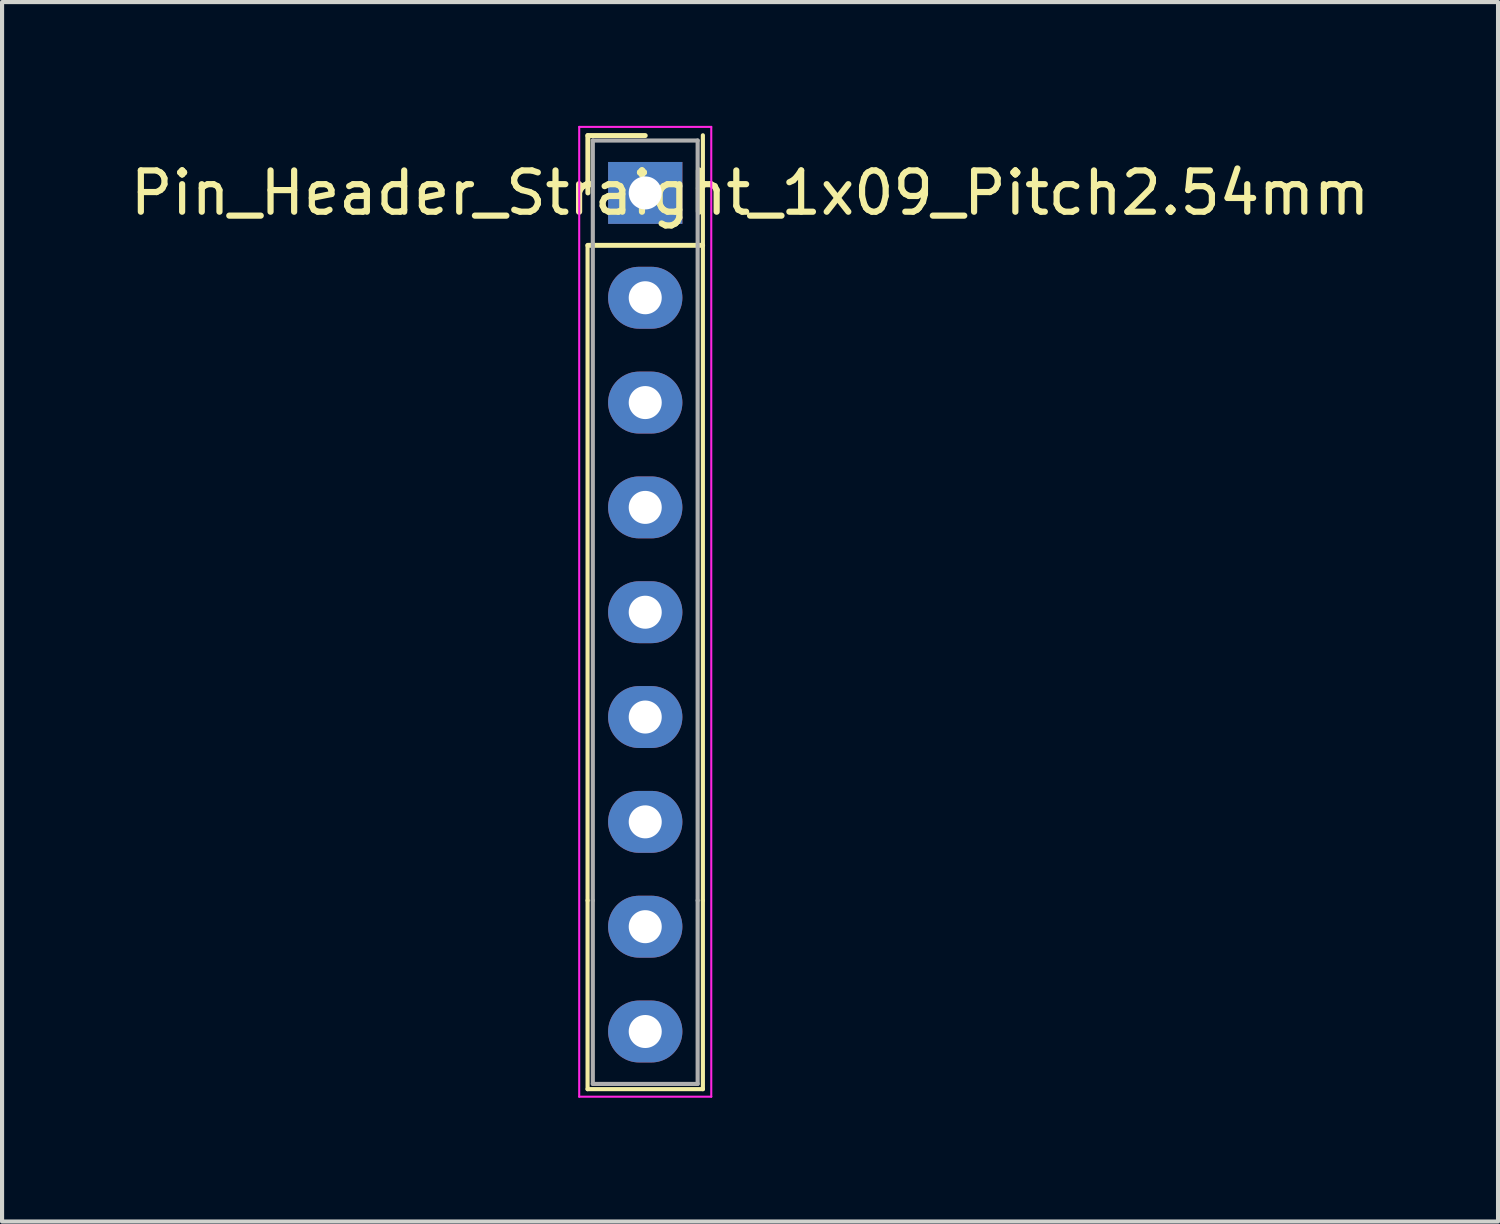
<source format=kicad_pcb>
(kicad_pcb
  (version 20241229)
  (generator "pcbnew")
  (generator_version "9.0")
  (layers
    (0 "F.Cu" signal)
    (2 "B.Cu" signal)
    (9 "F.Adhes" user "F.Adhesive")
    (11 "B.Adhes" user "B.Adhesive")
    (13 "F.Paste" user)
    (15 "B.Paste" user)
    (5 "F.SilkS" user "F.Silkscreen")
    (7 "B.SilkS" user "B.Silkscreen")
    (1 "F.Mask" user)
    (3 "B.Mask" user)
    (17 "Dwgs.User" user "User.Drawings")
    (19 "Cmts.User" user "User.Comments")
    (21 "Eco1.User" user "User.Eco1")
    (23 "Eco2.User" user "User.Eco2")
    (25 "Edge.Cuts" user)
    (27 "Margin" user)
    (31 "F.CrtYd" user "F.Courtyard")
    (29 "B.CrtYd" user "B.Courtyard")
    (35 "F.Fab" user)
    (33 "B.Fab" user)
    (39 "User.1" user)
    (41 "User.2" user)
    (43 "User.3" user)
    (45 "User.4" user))
  (footprint "Pin_Header_Straight_1x09_Pitch2.54mm"
    (layer "F.Cu")
    (at 12.585 1.625)
    (property "Reference" "Pin_Header_Straight_1x09_Pitch2.54mm" (at 2.54 0 0) (layer "F.SilkS") (effects (font (size 1 1) (thickness 0.15))))
    (attr through_hole)
    (fp_line (start -1.397 17.145) (end -1.397 1.27) (stroke (width 0.1) (type solid)) (layer "F.SilkS"))
    (fp_line (start -1.397 17.145) (end -1.397 21.717) (stroke (width 0.1) (type solid)) (layer "F.SilkS"))
    (fp_line (start -1.397 21.717) (end 1.397 21.717) (stroke (width 0.1) (type solid)) (layer "F.SilkS"))
    (fp_line (start -1.39 -1.39) (end 0 -1.39) (stroke (width 0.12) (type solid)) (layer "F.SilkS"))
    (fp_line (start -1.39 0) (end -1.39 -1.39) (stroke (width 0.12) (type solid)) (layer "F.SilkS"))
    (fp_line (start 1.39 1.27) (end -1.39 1.27) (stroke (width 0.12) (type solid)) (layer "F.SilkS"))
    (fp_line (start 1.397 17.145) (end 1.397 -1.397) (stroke (width 0.1) (type solid)) (layer "F.SilkS"))
    (fp_line (start 1.397 21.717) (end 1.397 17.145) (stroke (width 0.1) (type solid)) (layer "F.SilkS"))
    (fp_line (start -1.6 -1.6) (end -1.6 21.9) (stroke (width 0.05) (type solid)) (layer "F.CrtYd"))
    (fp_line (start -1.6 21.9) (end 1.6 21.9) (stroke (width 0.05) (type solid)) (layer "F.CrtYd"))
    (fp_line (start 1.6 -1.6) (end -1.6 -1.6) (stroke (width 0.05) (type solid)) (layer "F.CrtYd"))
    (fp_line (start 1.6 21.9) (end 1.6 -1.6) (stroke (width 0.05) (type solid)) (layer "F.CrtYd"))
    (fp_line (start -1.27 17.145) (end -1.27 -1.27) (stroke (width 0.1) (type solid)) (layer "F.Fab"))
    (fp_line (start -1.27 17.145) (end -1.27 21.59) (stroke (width 0.1) (type solid)) (layer "F.Fab"))
    (fp_line (start -1.27 21.59) (end 1.27 21.59) (stroke (width 0.1) (type solid)) (layer "F.Fab"))
    (fp_line (start 1.27 -1.27) (end -1.27 -1.27) (stroke (width 0.1) (type solid)) (layer "F.Fab"))
    (fp_line (start 1.27 -1.27) (end 1.27 17.145) (stroke (width 0.1) (type solid)) (layer "F.Fab"))
    (fp_line (start 1.27 21.59) (end 1.27 17.145) (stroke (width 0.1) (type solid)) (layer "F.Fab"))
    (pad "1" thru_hole rect (at 0 0) (size 1.8 1.5) (drill 0.8) (layers "*.Cu" "*.Mask"))
    (pad "2" thru_hole oval (at 0 2.54) (size 1.8 1.5) (drill 0.8) (layers "*.Cu" "*.Mask"))
    (pad "3" thru_hole oval (at 0 5.08) (size 1.8 1.5) (drill 0.8) (layers "*.Cu" "*.Mask"))
    (pad "4" thru_hole oval (at 0 7.62) (size 1.8 1.5) (drill 0.8) (layers "*.Cu" "*.Mask"))
    (pad "5" thru_hole oval (at 0 10.16) (size 1.8 1.5) (drill 0.8) (layers "*.Cu" "*.Mask"))
    (pad "6" thru_hole oval (at 0 12.7) (size 1.8 1.5) (drill 0.8) (layers "*.Cu" "*.Mask"))
    (pad "7" thru_hole oval (at 0 15.24) (size 1.8 1.5) (drill 0.8) (layers "*.Cu" "*.Mask"))
    (pad "8" thru_hole oval (at 0 17.78) (size 1.8 1.5) (drill 0.8) (layers "*.Cu" "*.Mask"))
    (pad "9" thru_hole oval (at 0 20.32) (size 1.8 1.5) (drill 0.8) (layers "*.Cu" "*.Mask")))
  (gr_rect
    (start -3 -3)
    (end 33.25 26.55)
    (stroke (width 0.1) (type default))
    (fill no)
    (layer "Edge.Cuts")))
</source>
